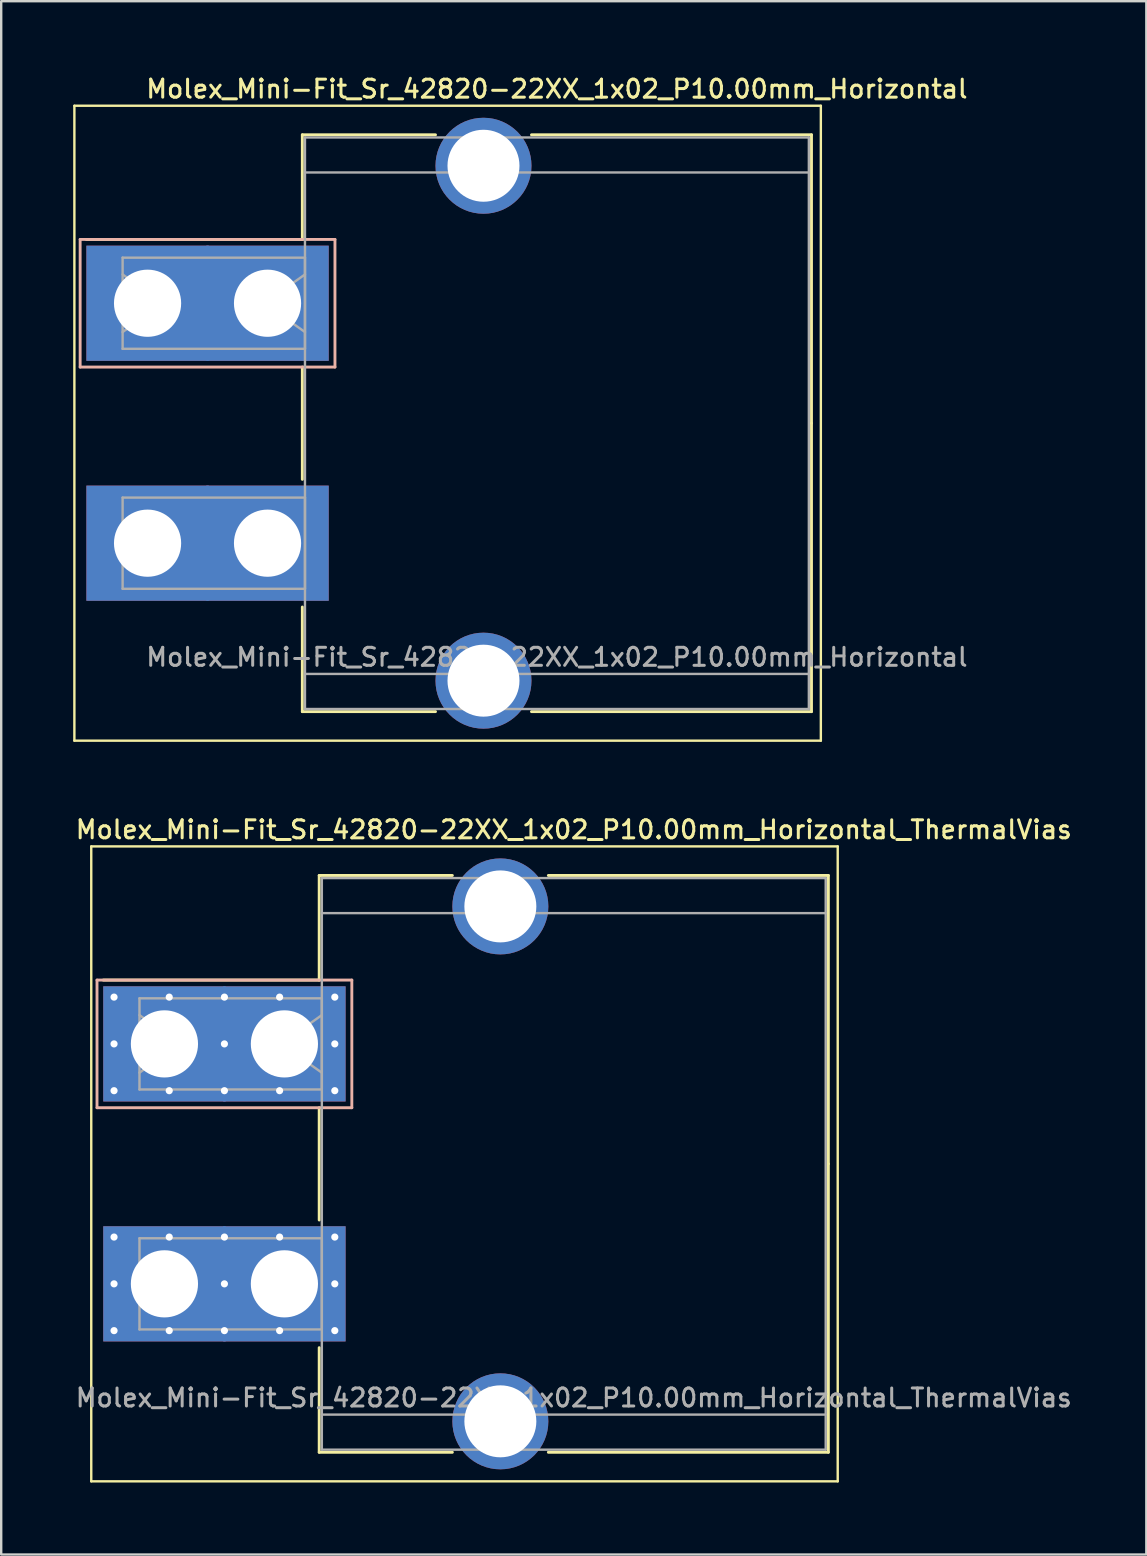
<source format=kicad_pcb>
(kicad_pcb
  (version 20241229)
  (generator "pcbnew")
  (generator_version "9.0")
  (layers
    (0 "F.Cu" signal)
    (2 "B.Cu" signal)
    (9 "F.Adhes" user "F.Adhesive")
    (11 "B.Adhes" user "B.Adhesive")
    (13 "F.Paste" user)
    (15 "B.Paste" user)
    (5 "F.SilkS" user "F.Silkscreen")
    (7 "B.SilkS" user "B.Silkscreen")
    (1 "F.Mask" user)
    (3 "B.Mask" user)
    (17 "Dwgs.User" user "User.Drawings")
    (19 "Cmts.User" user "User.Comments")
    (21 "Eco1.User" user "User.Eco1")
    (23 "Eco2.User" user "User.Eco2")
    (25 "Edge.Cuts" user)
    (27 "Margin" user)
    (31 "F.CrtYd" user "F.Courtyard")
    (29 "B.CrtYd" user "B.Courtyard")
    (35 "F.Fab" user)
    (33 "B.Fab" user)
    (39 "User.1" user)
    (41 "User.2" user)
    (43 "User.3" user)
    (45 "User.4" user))
  (footprint "Molex_Mini-Fit_Sr_42820-22XX_1x02_P10.00mm_Horizontal_ThermalVias"
    (layer "F.Cu")
    (at 3.803 40.456)
    (property "Reference" "Molex_Mini-Fit_Sr_42820-22XX_1x02_P10.00mm_Horizontal_ThermalVias" (at 17.06 -8.93 0) (layer "F.SilkS") (effects (font (size 0.75 0.75) (thickness 0.125))))
    (attr through_hole)
    (fp_line (start -3.05 -8.23) (end -3.05 18.23) (stroke (width 0.1) (type solid)) (layer "F.SilkS"))
    (fp_line (start -3.05 18.23) (end 28.06 18.23) (stroke (width 0.1) (type solid)) (layer "F.SilkS"))
    (fp_line (start 6.45 -7.02) (end 12 -7.02) (stroke (width 0.12) (type solid)) (layer "F.SilkS"))
    (fp_line (start 6.45 -2.66) (end -2.55 -2.66) (stroke (width 0.12) (type solid)) (layer "F.SilkS"))
    (fp_line (start 6.45 -2.66) (end 6.45 -7.02) (stroke (width 0.12) (type solid)) (layer "F.SilkS"))
    (fp_line (start 6.45 2.66) (end 6.45 7.34) (stroke (width 0.12) (type solid)) (layer "F.SilkS"))
    (fp_line (start 6.45 12.66) (end 6.45 17.02) (stroke (width 0.12) (type solid)) (layer "F.SilkS"))
    (fp_line (start 6.45 17.02) (end 12 17.02) (stroke (width 0.12) (type solid)) (layer "F.SilkS"))
    (fp_line (start 16 -7.02) (end 27.67 -7.02) (stroke (width 0.12) (type solid)) (layer "F.SilkS"))
    (fp_line (start 16 17.02) (end 27.67 17.02) (stroke (width 0.12) (type solid)) (layer "F.SilkS"))
    (fp_line (start 27.67 -7.02) (end 27.67 5) (stroke (width 0.12) (type solid)) (layer "F.SilkS"))
    (fp_line (start 27.67 17.02) (end 27.67 5) (stroke (width 0.12) (type solid)) (layer "F.SilkS"))
    (fp_line (start 28.06 -8.23) (end -3.05 -8.23) (stroke (width 0.1) (type solid)) (layer "F.SilkS"))
    (fp_line (start 28.06 18.23) (end 28.06 -8.23) (stroke (width 0.1) (type solid)) (layer "F.SilkS"))
    (fp_line (start -2.81 -2.66) (end -2.81 2.66) (stroke (width 0.12) (type solid)) (layer "B.SilkS"))
    (fp_line (start -2.81 2.66) (end 7.81 2.66) (stroke (width 0.12) (type solid)) (layer "B.SilkS"))
    (fp_line (start 7.81 -2.66) (end -2.81 -2.66) (stroke (width 0.12) (type solid)) (layer "B.SilkS"))
    (fp_line (start 7.81 2.66) (end 7.81 -2.66) (stroke (width 0.12) (type solid)) (layer "B.SilkS"))
    (fp_line (start -1.04 -1.9) (end 6.56 -1.9) (stroke (width 0.1) (type solid)) (layer "F.Fab"))
    (fp_line (start -1.04 -1.2) (end 0.657 0) (stroke (width 0.1) (type solid)) (layer "F.Fab"))
    (fp_line (start -1.04 1.9) (end -1.04 -1.9) (stroke (width 0.1) (type solid)) (layer "F.Fab"))
    (fp_line (start -1.04 8.1) (end 6.56 8.1) (stroke (width 0.1) (type solid)) (layer "F.Fab"))
    (fp_line (start -1.04 11.9) (end -1.04 8.1) (stroke (width 0.1) (type solid)) (layer "F.Fab"))
    (fp_line (start 0.657 0) (end -1.04 1.2) (stroke (width 0.1) (type solid)) (layer "F.Fab"))
    (fp_line (start 4.863 0) (end 6.56 1.2) (stroke (width 0.1) (type solid)) (layer "F.Fab"))
    (fp_line (start 6.56 -6.91) (end 6.56 16.91) (stroke (width 0.1) (type solid)) (layer "F.Fab"))
    (fp_line (start 6.56 -5.45) (end 27.56 -5.45) (stroke (width 0.1) (type solid)) (layer "F.Fab"))
    (fp_line (start 6.56 -1.9) (end 6.56 1.9) (stroke (width 0.1) (type solid)) (layer "F.Fab"))
    (fp_line (start 6.56 -1.2) (end 4.863 0) (stroke (width 0.1) (type solid)) (layer "F.Fab"))
    (fp_line (start 6.56 1.9) (end -1.04 1.9) (stroke (width 0.1) (type solid)) (layer "F.Fab"))
    (fp_line (start 6.56 8.1) (end 6.56 11.9) (stroke (width 0.1) (type solid)) (layer "F.Fab"))
    (fp_line (start 6.56 11.9) (end -1.04 11.9) (stroke (width 0.1) (type solid)) (layer "F.Fab"))
    (fp_line (start 6.56 15.45) (end 27.56 15.45) (stroke (width 0.1) (type solid)) (layer "F.Fab"))
    (fp_line (start 6.56 16.91) (end 27.56 16.91) (stroke (width 0.1) (type solid)) (layer "F.Fab"))
    (fp_line (start 27.56 -6.91) (end 6.56 -6.91) (stroke (width 0.1) (type solid)) (layer "F.Fab"))
    (fp_line (start 27.56 16.91) (end 27.56 -6.91) (stroke (width 0.1) (type solid)) (layer "F.Fab"))
    (fp_text user "${REFERENCE}" (at 17.06 14.75 0) (layer "F.Fab") (effects (font (size 0.75 0.75) (thickness 0.125))))
    (pad "" thru_hole circle (at 14 -5.73) (size 4 4) (drill 3) (layers "*.Cu" "*.Mask"))
    (pad "" thru_hole circle (at 14 15.73) (size 4 4) (drill 3) (layers "*.Cu" "*.Mask"))
    (pad "1" thru_hole roundrect (at -2.1 -1.95) (size 0.6 0.6) (drill 0.3) (layers "*.Cu" "*.Mask") (roundrect_rratio 0.25))
    (pad "1" thru_hole roundrect (at -2.1 0) (size 0.6 0.6) (drill 0.3) (layers "*.Cu" "*.Mask") (roundrect_rratio 0.25))
    (pad "1" thru_hole roundrect (at -2.1 1.95) (size 0.6 0.6) (drill 0.3) (layers "*.Cu" "*.Mask") (roundrect_rratio 0.25))
    (pad "1" thru_hole rect (at 0 0) (size 5.1 4.8) (drill 2.8) (layers "*.Cu" "*.Mask"))
    (pad "1" thru_hole roundrect (at 0.2 -1.95) (size 0.6 0.6) (drill 0.3) (layers "*.Cu" "*.Mask") (roundrect_rratio 0.25))
    (pad "1" thru_hole roundrect (at 0.2 1.95) (size 0.6 0.6) (drill 0.3) (layers "*.Cu" "*.Mask") (roundrect_rratio 0.25))
    (pad "1" thru_hole roundrect (at 2.5 -1.95) (size 0.6 0.6) (drill 0.3) (layers "*.Cu" "*.Mask") (roundrect_rratio 0.25))
    (pad "1" thru_hole roundrect (at 2.5 0) (size 0.6 0.6) (drill 0.3) (layers "*.Cu" "*.Mask") (roundrect_rratio 0.25))
    (pad "1" thru_hole roundrect (at 2.5 1.95) (size 0.6 0.6) (drill 0.3) (layers "*.Cu" "*.Mask") (roundrect_rratio 0.25))
    (pad "1" thru_hole roundrect (at 4.8 -1.95) (size 0.6 0.6) (drill 0.3) (layers "*.Cu" "*.Mask") (roundrect_rratio 0.25))
    (pad "1" thru_hole roundrect (at 4.8 1.95) (size 0.6 0.6) (drill 0.3) (layers "*.Cu" "*.Mask") (roundrect_rratio 0.25))
    (pad "1" thru_hole rect (at 5 0) (size 5.1 4.8) (drill 2.8) (layers "*.Cu" "*.Mask"))
    (pad "1" thru_hole roundrect (at 7.1 -1.95) (size 0.6 0.6) (drill 0.3) (layers "*.Cu" "*.Mask") (roundrect_rratio 0.25))
    (pad "1" thru_hole roundrect (at 7.1 0) (size 0.6 0.6) (drill 0.3) (layers "*.Cu" "*.Mask") (roundrect_rratio 0.25))
    (pad "1" thru_hole roundrect (at 7.1 1.95) (size 0.6 0.6) (drill 0.3) (layers "*.Cu" "*.Mask") (roundrect_rratio 0.25))
    (pad "2" thru_hole circle (at -2.1 8.05) (size 0.6 0.6) (drill 0.3) (layers "*.Cu" "*.Mask"))
    (pad "2" thru_hole circle (at -2.1 10) (size 0.6 0.6) (drill 0.3) (layers "*.Cu" "*.Mask"))
    (pad "2" thru_hole circle (at -2.1 11.95) (size 0.6 0.6) (drill 0.3) (layers "*.Cu" "*.Mask"))
    (pad "2" thru_hole rect (at 0 10) (size 5.1 4.8) (drill 2.8) (layers "*.Cu" "*.Mask"))
    (pad "2" thru_hole circle (at 0.2 8.05) (size 0.6 0.6) (drill 0.3) (layers "*.Cu" "*.Mask"))
    (pad "2" thru_hole circle (at 0.2 11.95) (size 0.6 0.6) (drill 0.3) (layers "*.Cu" "*.Mask"))
    (pad "2" thru_hole circle (at 2.5 8.05) (size 0.6 0.6) (drill 0.3) (layers "*.Cu" "*.Mask"))
    (pad "2" thru_hole circle (at 2.5 10) (size 0.6 0.6) (drill 0.3) (layers "*.Cu" "*.Mask"))
    (pad "2" thru_hole circle (at 2.5 11.95) (size 0.6 0.6) (drill 0.3) (layers "*.Cu" "*.Mask"))
    (pad "2" thru_hole circle (at 4.8 8.05) (size 0.6 0.6) (drill 0.3) (layers "*.Cu" "*.Mask"))
    (pad "2" thru_hole circle (at 4.8 11.95) (size 0.6 0.6) (drill 0.3) (layers "*.Cu" "*.Mask"))
    (pad "2" thru_hole rect (at 5 10) (size 5.1 4.8) (drill 2.8) (layers "*.Cu" "*.Mask"))
    (pad "2" thru_hole circle (at 7.1 8.05) (size 0.6 0.6) (drill 0.3) (layers "*.Cu" "*.Mask"))
    (pad "2" thru_hole circle (at 7.1 10) (size 0.6 0.6) (drill 0.3) (layers "*.Cu" "*.Mask"))
    (pad "2" thru_hole circle (at 7.1 11.95) (size 0.6 0.6) (drill 0.3) (layers "*.Cu" "*.Mask")))
  (footprint "Molex_Mini-Fit_Sr_42820-22XX_1x02_P10.00mm_Horizontal"
    (layer "F.Cu")
    (at 3.1 9.588)
    (property "Reference" "Molex_Mini-Fit_Sr_42820-22XX_1x02_P10.00mm_Horizontal" (at 17.06 -8.93 0) (layer "F.SilkS") (effects (font (size 0.75 0.75) (thickness 0.125))))
    (attr through_hole)
    (fp_line (start -3.05 -8.23) (end -3.05 18.23) (stroke (width 0.1) (type solid)) (layer "F.SilkS"))
    (fp_line (start -3.05 18.23) (end 28.06 18.23) (stroke (width 0.1) (type solid)) (layer "F.SilkS"))
    (fp_line (start 6.45 -7.02) (end 12 -7.02) (stroke (width 0.12) (type solid)) (layer "F.SilkS"))
    (fp_line (start 6.45 -2.66) (end -2.55 -2.66) (stroke (width 0.12) (type solid)) (layer "F.SilkS"))
    (fp_line (start 6.45 -2.66) (end 6.45 -7.02) (stroke (width 0.12) (type solid)) (layer "F.SilkS"))
    (fp_line (start 6.45 2.66) (end 6.45 7.34) (stroke (width 0.12) (type solid)) (layer "F.SilkS"))
    (fp_line (start 6.45 12.66) (end 6.45 17.02) (stroke (width 0.12) (type solid)) (layer "F.SilkS"))
    (fp_line (start 6.45 17.02) (end 12 17.02) (stroke (width 0.12) (type solid)) (layer "F.SilkS"))
    (fp_line (start 16 -7.02) (end 27.67 -7.02) (stroke (width 0.12) (type solid)) (layer "F.SilkS"))
    (fp_line (start 16 17.02) (end 27.67 17.02) (stroke (width 0.12) (type solid)) (layer "F.SilkS"))
    (fp_line (start 27.67 -7.02) (end 27.67 5) (stroke (width 0.12) (type solid)) (layer "F.SilkS"))
    (fp_line (start 27.67 17.02) (end 27.67 5) (stroke (width 0.12) (type solid)) (layer "F.SilkS"))
    (fp_line (start 28.06 -8.23) (end -3.05 -8.23) (stroke (width 0.1) (type solid)) (layer "F.SilkS"))
    (fp_line (start 28.06 18.23) (end 28.06 -8.23) (stroke (width 0.1) (type solid)) (layer "F.SilkS"))
    (fp_line (start -2.81 -2.66) (end -2.81 2.66) (stroke (width 0.12) (type solid)) (layer "B.SilkS"))
    (fp_line (start -2.81 2.66) (end 7.81 2.66) (stroke (width 0.12) (type solid)) (layer "B.SilkS"))
    (fp_line (start 7.81 -2.66) (end -2.81 -2.66) (stroke (width 0.12) (type solid)) (layer "B.SilkS"))
    (fp_line (start 7.81 2.66) (end 7.81 -2.66) (stroke (width 0.12) (type solid)) (layer "B.SilkS"))
    (fp_line (start -1.04 -1.9) (end 6.56 -1.9) (stroke (width 0.1) (type solid)) (layer "F.Fab"))
    (fp_line (start -1.04 -1.2) (end 0.657 0) (stroke (width 0.1) (type solid)) (layer "F.Fab"))
    (fp_line (start -1.04 1.9) (end -1.04 -1.9) (stroke (width 0.1) (type solid)) (layer "F.Fab"))
    (fp_line (start -1.04 8.1) (end 6.56 8.1) (stroke (width 0.1) (type solid)) (layer "F.Fab"))
    (fp_line (start -1.04 11.9) (end -1.04 8.1) (stroke (width 0.1) (type solid)) (layer "F.Fab"))
    (fp_line (start 0.657 0) (end -1.04 1.2) (stroke (width 0.1) (type solid)) (layer "F.Fab"))
    (fp_line (start 4.863 0) (end 6.56 1.2) (stroke (width 0.1) (type solid)) (layer "F.Fab"))
    (fp_line (start 6.56 -6.91) (end 6.56 16.91) (stroke (width 0.1) (type solid)) (layer "F.Fab"))
    (fp_line (start 6.56 -5.45) (end 27.56 -5.45) (stroke (width 0.1) (type solid)) (layer "F.Fab"))
    (fp_line (start 6.56 -1.9) (end 6.56 1.9) (stroke (width 0.1) (type solid)) (layer "F.Fab"))
    (fp_line (start 6.56 -1.2) (end 4.863 0) (stroke (width 0.1) (type solid)) (layer "F.Fab"))
    (fp_line (start 6.56 1.9) (end -1.04 1.9) (stroke (width 0.1) (type solid)) (layer "F.Fab"))
    (fp_line (start 6.56 8.1) (end 6.56 11.9) (stroke (width 0.1) (type solid)) (layer "F.Fab"))
    (fp_line (start 6.56 11.9) (end -1.04 11.9) (stroke (width 0.1) (type solid)) (layer "F.Fab"))
    (fp_line (start 6.56 15.45) (end 27.56 15.45) (stroke (width 0.1) (type solid)) (layer "F.Fab"))
    (fp_line (start 6.56 16.91) (end 27.56 16.91) (stroke (width 0.1) (type solid)) (layer "F.Fab"))
    (fp_line (start 27.56 -6.91) (end 6.56 -6.91) (stroke (width 0.1) (type solid)) (layer "F.Fab"))
    (fp_line (start 27.56 16.91) (end 27.56 -6.91) (stroke (width 0.1) (type solid)) (layer "F.Fab"))
    (fp_text user "${REFERENCE}" (at 17.06 14.75 0) (layer "F.Fab") (effects (font (size 0.75 0.75) (thickness 0.125))))
    (pad "" thru_hole circle (at 14 -5.73) (size 4 4) (drill 3) (layers "*.Cu" "*.Mask"))
    (pad "" thru_hole circle (at 14 15.73) (size 4 4) (drill 3) (layers "*.Cu" "*.Mask"))
    (pad "1" thru_hole rect (at 0 0) (size 5.1 4.8) (drill 2.8) (layers "*.Cu" "*.Mask"))
    (pad "1" thru_hole rect (at 5 0) (size 5.1 4.8) (drill 2.8) (layers "*.Cu" "*.Mask"))
    (pad "2" thru_hole rect (at 0 10) (size 5.1 4.8) (drill 2.8) (layers "*.Cu" "*.Mask"))
    (pad "2" thru_hole rect (at 5 10) (size 5.1 4.8) (drill 2.8) (layers "*.Cu" "*.Mask")))
  (gr_rect
    (start -3 -3)
    (end 44.725 61.736)
    (stroke (width 0.1) (type default))
    (fill no)
    (layer "Edge.Cuts")))
</source>
